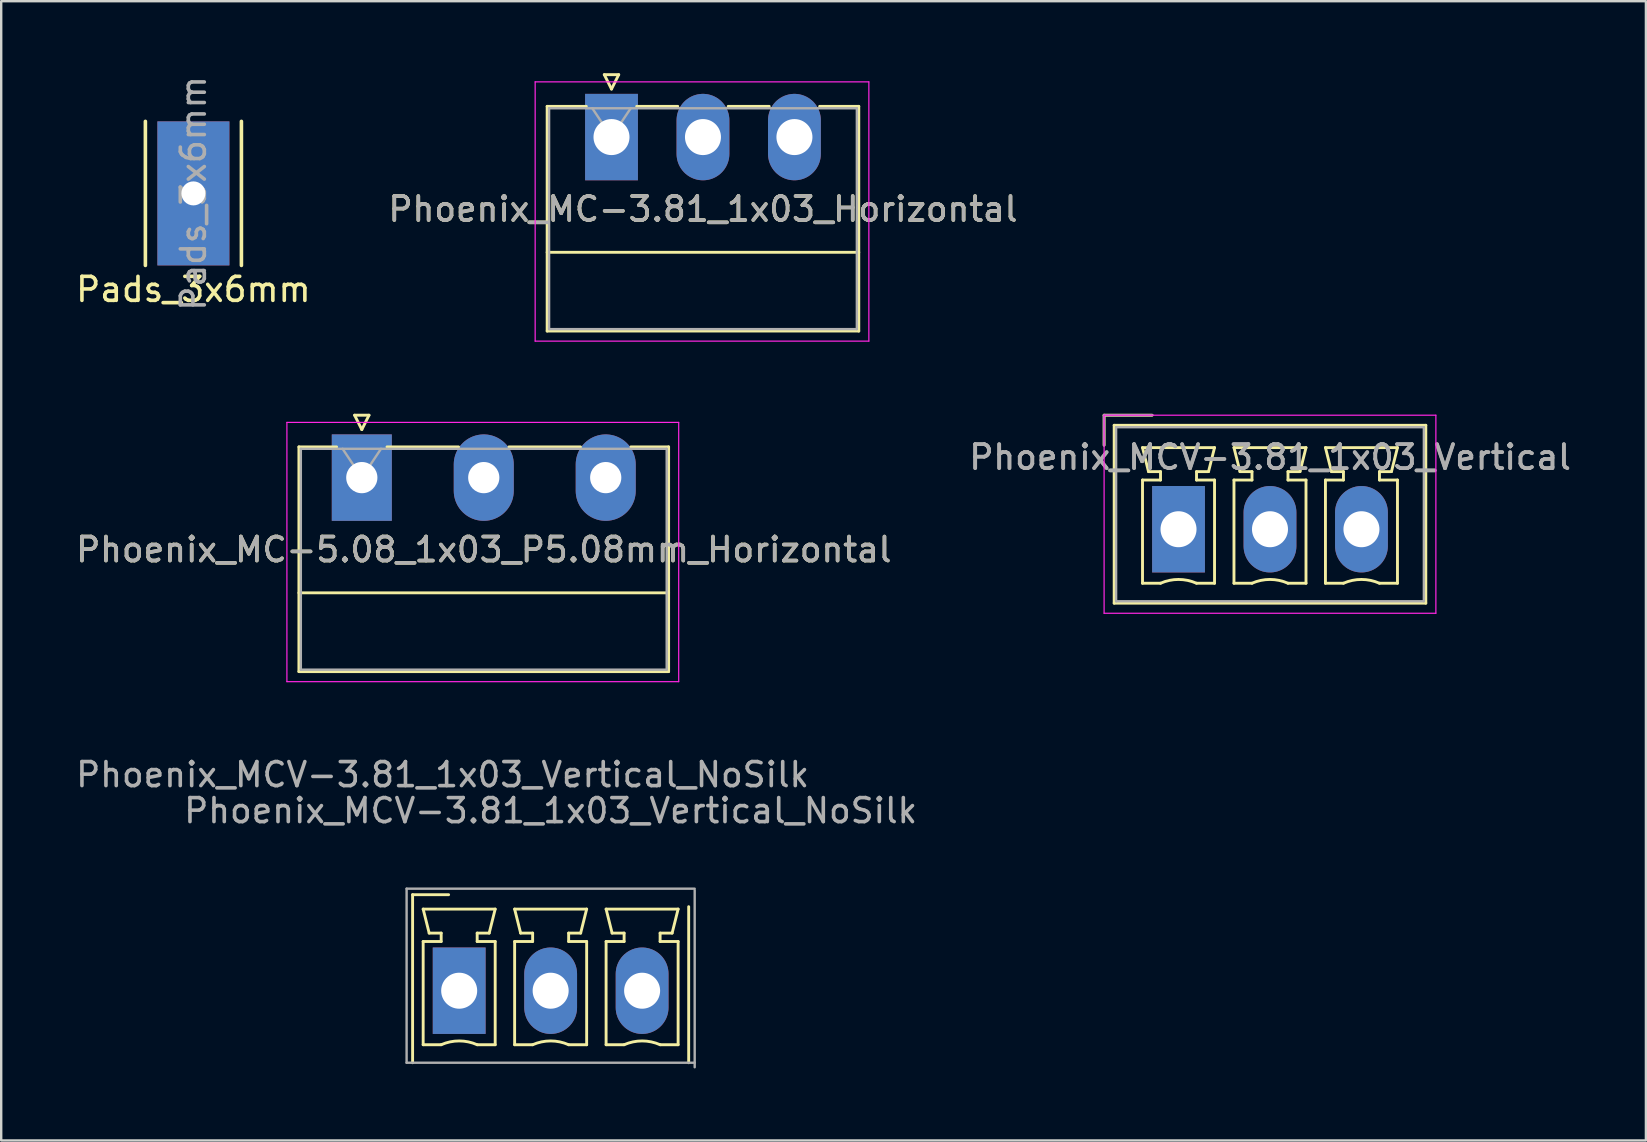
<source format=kicad_pcb>
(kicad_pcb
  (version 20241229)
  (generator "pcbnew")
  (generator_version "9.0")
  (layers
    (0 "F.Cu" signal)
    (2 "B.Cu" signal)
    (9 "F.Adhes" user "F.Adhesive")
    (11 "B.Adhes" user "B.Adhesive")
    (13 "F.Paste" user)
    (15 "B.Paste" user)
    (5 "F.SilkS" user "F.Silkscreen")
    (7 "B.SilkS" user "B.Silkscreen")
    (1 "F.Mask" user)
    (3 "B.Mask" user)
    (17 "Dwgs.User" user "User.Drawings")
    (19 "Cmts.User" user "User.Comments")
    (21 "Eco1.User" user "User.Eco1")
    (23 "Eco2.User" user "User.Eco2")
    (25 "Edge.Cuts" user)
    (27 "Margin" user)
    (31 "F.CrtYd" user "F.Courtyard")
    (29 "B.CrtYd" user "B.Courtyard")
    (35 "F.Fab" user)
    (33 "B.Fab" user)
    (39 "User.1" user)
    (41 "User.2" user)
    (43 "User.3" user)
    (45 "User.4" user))
  (footprint "Phoenix_MCV-3.81_1x03_Vertical_NoSilk"
    (layer "F.Cu")
    (at 19.887 38.218)
    (property "Reference" "Phoenix_MCV-3.81_1x03_Vertical_NoSilk" (at -4.5 -9 180) (layer "F.Fab") (effects (font (size 1 1) (thickness 0.15))))
    (attr through_hole)
    (fp_line (start -5.75 -4) (end -5.75 3) (stroke (width 0.12) (type solid)) (layer "F.SilkS"))
    (fp_line (start -5.75 -4) (end -4.25 -4) (stroke (width 0.12) (type default)) (layer "F.SilkS"))
    (fp_line (start -5.31 -3.4) (end -2.31 -3.4) (stroke (width 0.12) (type solid)) (layer "F.SilkS"))
    (fp_line (start -5.31 -2.05) (end -4.56 -2.05) (stroke (width 0.12) (type solid)) (layer "F.SilkS"))
    (fp_line (start -5.31 2.25) (end -5.31 -2.05) (stroke (width 0.12) (type solid)) (layer "F.SilkS"))
    (fp_line (start -5.06 -2.4) (end -5.31 -3.4) (stroke (width 0.12) (type solid)) (layer "F.SilkS"))
    (fp_line (start -4.56 -2.4) (end -5.06 -2.4) (stroke (width 0.12) (type solid)) (layer "F.SilkS"))
    (fp_line (start -4.56 -2.05) (end -4.56 -2.4) (stroke (width 0.12) (type solid)) (layer "F.SilkS"))
    (fp_line (start -4.56 2.25) (end -5.31 2.25) (stroke (width 0.12) (type solid)) (layer "F.SilkS"))
    (fp_line (start -3.06 -2.4) (end -3.06 -2.05) (stroke (width 0.12) (type solid)) (layer "F.SilkS"))
    (fp_line (start -3.06 -2.05) (end -2.31 -2.05) (stroke (width 0.12) (type solid)) (layer "F.SilkS"))
    (fp_line (start -2.56 -2.4) (end -3.06 -2.4) (stroke (width 0.12) (type solid)) (layer "F.SilkS"))
    (fp_line (start -2.31 -3.4) (end -2.56 -2.4) (stroke (width 0.12) (type solid)) (layer "F.SilkS"))
    (fp_line (start -2.31 -2.05) (end -2.31 2.25) (stroke (width 0.12) (type solid)) (layer "F.SilkS"))
    (fp_line (start -2.31 2.25) (end -3.06 2.25) (stroke (width 0.12) (type solid)) (layer "F.SilkS"))
    (fp_line (start -1.5 -3.4) (end 1.5 -3.4) (stroke (width 0.12) (type solid)) (layer "F.SilkS"))
    (fp_line (start -1.5 -2.05) (end -0.75 -2.05) (stroke (width 0.12) (type solid)) (layer "F.SilkS"))
    (fp_line (start -1.5 2.25) (end -1.5 -2.05) (stroke (width 0.12) (type solid)) (layer "F.SilkS"))
    (fp_line (start -1.25 -2.4) (end -1.5 -3.4) (stroke (width 0.12) (type solid)) (layer "F.SilkS"))
    (fp_line (start -0.75 -2.4) (end -1.25 -2.4) (stroke (width 0.12) (type solid)) (layer "F.SilkS"))
    (fp_line (start -0.75 -2.05) (end -0.75 -2.4) (stroke (width 0.12) (type solid)) (layer "F.SilkS"))
    (fp_line (start -0.75 2.25) (end -1.5 2.25) (stroke (width 0.12) (type solid)) (layer "F.SilkS"))
    (fp_line (start 0.75 -2.4) (end 0.75 -2.05) (stroke (width 0.12) (type solid)) (layer "F.SilkS"))
    (fp_line (start 0.75 -2.05) (end 1.5 -2.05) (stroke (width 0.12) (type solid)) (layer "F.SilkS"))
    (fp_line (start 1.25 -2.4) (end 0.75 -2.4) (stroke (width 0.12) (type solid)) (layer "F.SilkS"))
    (fp_line (start 1.5 -3.4) (end 1.25 -2.4) (stroke (width 0.12) (type solid)) (layer "F.SilkS"))
    (fp_line (start 1.5 -2.05) (end 1.5 2.25) (stroke (width 0.12) (type solid)) (layer "F.SilkS"))
    (fp_line (start 1.5 2.25) (end 0.75 2.25) (stroke (width 0.12) (type solid)) (layer "F.SilkS"))
    (fp_line (start 2.31 -3.4) (end 5.31 -3.4) (stroke (width 0.12) (type solid)) (layer "F.SilkS"))
    (fp_line (start 2.31 -2.05) (end 3.06 -2.05) (stroke (width 0.12) (type solid)) (layer "F.SilkS"))
    (fp_line (start 2.31 2.25) (end 2.31 -2.05) (stroke (width 0.12) (type solid)) (layer "F.SilkS"))
    (fp_line (start 2.56 -2.4) (end 2.31 -3.4) (stroke (width 0.12) (type solid)) (layer "F.SilkS"))
    (fp_line (start 3.06 -2.4) (end 2.56 -2.4) (stroke (width 0.12) (type solid)) (layer "F.SilkS"))
    (fp_line (start 3.06 -2.05) (end 3.06 -2.4) (stroke (width 0.12) (type solid)) (layer "F.SilkS"))
    (fp_line (start 3.06 2.25) (end 2.31 2.25) (stroke (width 0.12) (type solid)) (layer "F.SilkS"))
    (fp_line (start 4.56 -2.4) (end 4.56 -2.05) (stroke (width 0.12) (type solid)) (layer "F.SilkS"))
    (fp_line (start 4.56 -2.05) (end 5.31 -2.05) (stroke (width 0.12) (type solid)) (layer "F.SilkS"))
    (fp_line (start 5.06 -2.4) (end 4.56 -2.4) (stroke (width 0.12) (type solid)) (layer "F.SilkS"))
    (fp_line (start 5.31 -3.4) (end 5.06 -2.4) (stroke (width 0.12) (type solid)) (layer "F.SilkS"))
    (fp_line (start 5.31 -2.05) (end 5.31 2.25) (stroke (width 0.12) (type solid)) (layer "F.SilkS"))
    (fp_line (start 5.31 2.25) (end 4.56 2.25) (stroke (width 0.12) (type solid)) (layer "F.SilkS"))
    (fp_line (start 5.75 3) (end 5.75 -3.5) (stroke (width 0.12) (type solid)) (layer "F.SilkS"))
    (fp_arc (start -4.56 2.25) (mid -3.810193 2.09191) (end -3.060353 2.249844) (stroke (width 0.12) (type solid)) (layer "F.SilkS"))
    (fp_arc (start -0.75 2.25) (mid -0.000193 2.09191) (end 0.749647 2.249844) (stroke (width 0.12) (type solid)) (layer "F.SilkS"))
    (fp_arc (start 3.06 2.25) (mid 3.809807 2.09191) (end 4.559647 2.249844) (stroke (width 0.12) (type solid)) (layer "F.SilkS"))
    (fp_line (start -6 -4.25) (end -6 3) (stroke (width 0.1) (type solid)) (layer "F.Fab"))
    (fp_line (start -6 3) (end 6 3) (stroke (width 0.1) (type solid)) (layer "F.Fab"))
    (fp_line (start 6 -4.25) (end -6 -4.25) (stroke (width 0.1) (type solid)) (layer "F.Fab"))
    (fp_line (start 6 3.188) (end 6 -4.188) (stroke (width 0.1) (type solid)) (layer "F.Fab"))
    (fp_text user "${REFERENCE}" (at 0 -7.5 180) (layer "F.Fab") (effects (font (size 1 1) (thickness 0.15))))
    (pad "1" thru_hole rect (at -3.81 0) (size 2.2 3.6) (drill 1.5) (layers "*.Cu" "*.Mask"))
    (pad "2" thru_hole oval (at 0 0) (size 2.2 3.6) (drill 1.5) (layers "*.Cu" "*.Mask"))
    (pad "3" thru_hole oval (at 3.81 0) (size 2.2 3.6) (drill 1.5) (layers "*.Cu" "*.Mask")))
  (footprint "Phoenix_MCV-3.81_1x03_Vertical"
    (layer "F.Cu")
    (at 46.041 18.995)
    (property "Reference" "Phoenix_MCV-3.81_1x03_Vertical" (at 3.82 -3 0) (layer "F.Fab") (effects (font (size 1 1) (thickness 0.15))))
    (attr through_hole)
    (fp_line (start -3.1 -4.75) (end -1.1 -4.75) (stroke (width 0.12) (type solid)) (layer "F.SilkS"))
    (fp_line (start -3.1 -3.5) (end -3.1 -4.75) (stroke (width 0.12) (type solid)) (layer "F.SilkS"))
    (fp_line (start -2.68 -4.33) (end -2.68 3.08) (stroke (width 0.12) (type solid)) (layer "F.SilkS"))
    (fp_line (start -2.68 3.08) (end 10.3 3.08) (stroke (width 0.12) (type solid)) (layer "F.SilkS"))
    (fp_line (start -1.5 -3.4) (end 1.5 -3.4) (stroke (width 0.12) (type solid)) (layer "F.SilkS"))
    (fp_line (start -1.5 -2.05) (end -0.75 -2.05) (stroke (width 0.12) (type solid)) (layer "F.SilkS"))
    (fp_line (start -1.5 2.25) (end -1.5 -2.05) (stroke (width 0.12) (type solid)) (layer "F.SilkS"))
    (fp_line (start -1.25 -2.4) (end -1.5 -3.4) (stroke (width 0.12) (type solid)) (layer "F.SilkS"))
    (fp_line (start -0.75 -2.4) (end -1.25 -2.4) (stroke (width 0.12) (type solid)) (layer "F.SilkS"))
    (fp_line (start -0.75 -2.05) (end -0.75 -2.4) (stroke (width 0.12) (type solid)) (layer "F.SilkS"))
    (fp_line (start -0.75 2.25) (end -1.5 2.25) (stroke (width 0.12) (type solid)) (layer "F.SilkS"))
    (fp_line (start 0.75 -2.4) (end 0.75 -2.05) (stroke (width 0.12) (type solid)) (layer "F.SilkS"))
    (fp_line (start 0.75 -2.05) (end 1.5 -2.05) (stroke (width 0.12) (type solid)) (layer "F.SilkS"))
    (fp_line (start 1.25 -2.4) (end 0.75 -2.4) (stroke (width 0.12) (type solid)) (layer "F.SilkS"))
    (fp_line (start 1.5 -3.4) (end 1.25 -2.4) (stroke (width 0.12) (type solid)) (layer "F.SilkS"))
    (fp_line (start 1.5 -2.05) (end 1.5 2.25) (stroke (width 0.12) (type solid)) (layer "F.SilkS"))
    (fp_line (start 1.5 2.25) (end 0.75 2.25) (stroke (width 0.12) (type solid)) (layer "F.SilkS"))
    (fp_line (start 2.31 -3.4) (end 5.31 -3.4) (stroke (width 0.12) (type solid)) (layer "F.SilkS"))
    (fp_line (start 2.31 -2.05) (end 3.06 -2.05) (stroke (width 0.12) (type solid)) (layer "F.SilkS"))
    (fp_line (start 2.31 2.25) (end 2.31 -2.05) (stroke (width 0.12) (type solid)) (layer "F.SilkS"))
    (fp_line (start 2.56 -2.4) (end 2.31 -3.4) (stroke (width 0.12) (type solid)) (layer "F.SilkS"))
    (fp_line (start 3.06 -2.4) (end 2.56 -2.4) (stroke (width 0.12) (type solid)) (layer "F.SilkS"))
    (fp_line (start 3.06 -2.05) (end 3.06 -2.4) (stroke (width 0.12) (type solid)) (layer "F.SilkS"))
    (fp_line (start 3.06 2.25) (end 2.31 2.25) (stroke (width 0.12) (type solid)) (layer "F.SilkS"))
    (fp_line (start 4.56 -2.4) (end 4.56 -2.05) (stroke (width 0.12) (type solid)) (layer "F.SilkS"))
    (fp_line (start 4.56 -2.05) (end 5.31 -2.05) (stroke (width 0.12) (type solid)) (layer "F.SilkS"))
    (fp_line (start 5.06 -2.4) (end 4.56 -2.4) (stroke (width 0.12) (type solid)) (layer "F.SilkS"))
    (fp_line (start 5.31 -3.4) (end 5.06 -2.4) (stroke (width 0.12) (type solid)) (layer "F.SilkS"))
    (fp_line (start 5.31 -2.05) (end 5.31 2.25) (stroke (width 0.12) (type solid)) (layer "F.SilkS"))
    (fp_line (start 5.31 2.25) (end 4.56 2.25) (stroke (width 0.12) (type solid)) (layer "F.SilkS"))
    (fp_line (start 6.12 -3.4) (end 9.12 -3.4) (stroke (width 0.12) (type solid)) (layer "F.SilkS"))
    (fp_line (start 6.12 -2.05) (end 6.87 -2.05) (stroke (width 0.12) (type solid)) (layer "F.SilkS"))
    (fp_line (start 6.12 2.25) (end 6.12 -2.05) (stroke (width 0.12) (type solid)) (layer "F.SilkS"))
    (fp_line (start 6.37 -2.4) (end 6.12 -3.4) (stroke (width 0.12) (type solid)) (layer "F.SilkS"))
    (fp_line (start 6.87 -2.4) (end 6.37 -2.4) (stroke (width 0.12) (type solid)) (layer "F.SilkS"))
    (fp_line (start 6.87 -2.05) (end 6.87 -2.4) (stroke (width 0.12) (type solid)) (layer "F.SilkS"))
    (fp_line (start 6.87 2.25) (end 6.12 2.25) (stroke (width 0.12) (type solid)) (layer "F.SilkS"))
    (fp_line (start 8.37 -2.4) (end 8.37 -2.05) (stroke (width 0.12) (type solid)) (layer "F.SilkS"))
    (fp_line (start 8.37 -2.05) (end 9.12 -2.05) (stroke (width 0.12) (type solid)) (layer "F.SilkS"))
    (fp_line (start 8.87 -2.4) (end 8.37 -2.4) (stroke (width 0.12) (type solid)) (layer "F.SilkS"))
    (fp_line (start 9.12 -3.4) (end 8.87 -2.4) (stroke (width 0.12) (type solid)) (layer "F.SilkS"))
    (fp_line (start 9.12 -2.05) (end 9.12 2.25) (stroke (width 0.12) (type solid)) (layer "F.SilkS"))
    (fp_line (start 9.12 2.25) (end 8.37 2.25) (stroke (width 0.12) (type solid)) (layer "F.SilkS"))
    (fp_line (start 10.3 -4.33) (end -2.68 -4.33) (stroke (width 0.12) (type solid)) (layer "F.SilkS"))
    (fp_line (start 10.3 3.08) (end 10.3 -4.33) (stroke (width 0.12) (type solid)) (layer "F.SilkS"))
    (fp_arc (start -0.75 2.25) (mid -0.000193 2.09191) (end 0.749647 2.249844) (stroke (width 0.12) (type solid)) (layer "F.SilkS"))
    (fp_arc (start 3.06 2.25) (mid 3.809807 2.09191) (end 4.559647 2.249844) (stroke (width 0.12) (type solid)) (layer "F.SilkS"))
    (fp_arc (start 6.87 2.25) (mid 7.619807 2.09191) (end 8.369647 2.249844) (stroke (width 0.12) (type solid)) (layer "F.SilkS"))
    (fp_line (start -3.1 -4.75) (end -3.1 3.5) (stroke (width 0.05) (type solid)) (layer "F.CrtYd"))
    (fp_line (start -3.1 3.5) (end 10.72 3.5) (stroke (width 0.05) (type solid)) (layer "F.CrtYd"))
    (fp_line (start 10.72 -4.75) (end -3.1 -4.75) (stroke (width 0.05) (type solid)) (layer "F.CrtYd"))
    (fp_line (start 10.72 3.5) (end 10.72 -4.75) (stroke (width 0.05) (type solid)) (layer "F.CrtYd"))
    (fp_line (start -3.1 -4.75) (end -1.1 -4.75) (stroke (width 0.1) (type solid)) (layer "F.Fab"))
    (fp_line (start -3.1 -3.5) (end -3.1 -4.75) (stroke (width 0.1) (type solid)) (layer "F.Fab"))
    (fp_line (start -2.6 -4.25) (end -2.6 3) (stroke (width 0.1) (type solid)) (layer "F.Fab"))
    (fp_line (start -2.6 3) (end 10.22 3) (stroke (width 0.1) (type solid)) (layer "F.Fab"))
    (fp_line (start 10.22 -4.25) (end -2.6 -4.25) (stroke (width 0.1) (type solid)) (layer "F.Fab"))
    (fp_line (start 10.22 3) (end 10.22 -4.25) (stroke (width 0.1) (type solid)) (layer "F.Fab"))
    (fp_text user "${REFERENCE}" (at 3.81 -3 0) (layer "F.Fab") (effects (font (size 1 1) (thickness 0.15))))
    (pad "1" thru_hole rect (at 0 0) (size 2.2 3.6) (drill 1.5) (layers "*.Cu" "*.Mask"))
    (pad "2" thru_hole oval (at 3.81 0) (size 2.2 3.6) (drill 1.5) (layers "*.Cu" "*.Mask"))
    (pad "3" thru_hole oval (at 7.62 0) (size 2.2 3.6) (drill 1.5) (layers "*.Cu" "*.Mask")))
  (footprint "Phoenix_MC-3.81_1x03_Horizontal"
    (layer "F.Cu")
    (at 22.422 2.66)
    (property "Reference" "Phoenix_MC-3.81_1x03_Horizontal" (at 3.81 3 0) (layer "F.SilkS") (effects (font (size 1 1) (thickness 0.15))))
    (attr through_hole)
    (fp_line (start -2.68 -1.28) (end -2.68 8.08) (stroke (width 0.12) (type solid)) (layer "F.SilkS"))
    (fp_line (start -2.68 -1.28) (end -1.05 -1.28) (stroke (width 0.12) (type solid)) (layer "F.SilkS"))
    (fp_line (start -2.68 4.8) (end 10.3 4.8) (stroke (width 0.12) (type solid)) (layer "F.SilkS"))
    (fp_line (start -2.68 8.08) (end 10.3 8.08) (stroke (width 0.12) (type solid)) (layer "F.SilkS"))
    (fp_line (start -0.3 -2.6) (end 0.3 -2.6) (stroke (width 0.12) (type solid)) (layer "F.SilkS"))
    (fp_line (start 0 -2) (end -0.3 -2.6) (stroke (width 0.12) (type solid)) (layer "F.SilkS"))
    (fp_line (start 0.3 -2.6) (end 0 -2) (stroke (width 0.12) (type solid)) (layer "F.SilkS"))
    (fp_line (start 1.05 -1.28) (end 2.76 -1.28) (stroke (width 0.12) (type solid)) (layer "F.SilkS"))
    (fp_line (start 4.86 -1.28) (end 6.57 -1.28) (stroke (width 0.12) (type solid)) (layer "F.SilkS"))
    (fp_line (start 10.3 -1.28) (end 8.67 -1.28) (stroke (width 0.12) (type solid)) (layer "F.SilkS"))
    (fp_line (start 10.3 8.08) (end 10.3 -1.28) (stroke (width 0.12) (type solid)) (layer "F.SilkS"))
    (fp_line (start -3.18 -2.3) (end -3.18 8.5) (stroke (width 0.05) (type solid)) (layer "F.CrtYd"))
    (fp_line (start -3.18 8.5) (end 10.72 8.5) (stroke (width 0.05) (type solid)) (layer "F.CrtYd"))
    (fp_line (start 10.72 -2.3) (end -3.18 -2.3) (stroke (width 0.05) (type solid)) (layer "F.CrtYd"))
    (fp_line (start 10.72 8.5) (end 10.72 -2.3) (stroke (width 0.05) (type solid)) (layer "F.CrtYd"))
    (fp_line (start -2.6 -1.2) (end -2.6 8) (stroke (width 0.1) (type solid)) (layer "F.Fab"))
    (fp_line (start -2.6 8) (end 10.22 8) (stroke (width 0.1) (type solid)) (layer "F.Fab"))
    (fp_line (start 0 0) (end -0.8 -1.2) (stroke (width 0.1) (type solid)) (layer "F.Fab"))
    (fp_line (start 0.8 -1.2) (end 0 0) (stroke (width 0.1) (type solid)) (layer "F.Fab"))
    (fp_line (start 10.22 -1.2) (end -2.6 -1.2) (stroke (width 0.1) (type solid)) (layer "F.Fab"))
    (fp_line (start 10.22 8) (end 10.22 -1.2) (stroke (width 0.1) (type solid)) (layer "F.Fab"))
    (fp_text user "${REFERENCE}" (at 3.81 3 0) (layer "F.Fab") (effects (font (size 1 1) (thickness 0.15))))
    (pad "1" thru_hole rect (at 0 0) (size 2.2 3.6) (drill 1.5) (layers "*.Cu" "*.Mask"))
    (pad "2" thru_hole oval (at 3.81 0) (size 2.2 3.6) (drill 1.5) (layers "*.Cu" "*.Mask"))
    (pad "3" thru_hole oval (at 7.62 0) (size 2.2 3.6) (drill 1.5) (layers "*.Cu" "*.Mask")))
  (footprint "Pads_3x6mm"
    (layer "F.Cu")
    (at 5.006 5.006)
    (property "Reference" "Pads_3x6mm" (at 0 4 0) (layer "F.SilkS") (effects (font (size 1 1) (thickness 0.15))))
    (attr through_hole)
    (fp_line (start -2 -3) (end -2 3) (stroke (width 0.15) (type solid)) (layer "F.SilkS"))
    (fp_line (start 2 -3) (end 2 3) (stroke (width 0.15) (type solid)) (layer "F.SilkS"))
    (fp_text user "${REFERENCE}" (at 0 0 90) (layer "F.Fab") (effects (font (size 1 1) (thickness 0.15))))
    (pad "1" thru_hole rect (at 0 0) (size 3 6) (drill 1) (layers "*.Cu" "*.Mask")))
  (footprint "Phoenix_MC-5.08_1x03_P5.08mm_Horizontal"
    (layer "F.Cu")
    (at 12.021 16.845)
    (property "Reference" "Phoenix_MC-5.08_1x03_P5.08mm_Horizontal" (at 5.08 3 0) (layer "F.SilkS") (effects (font (size 1 1) (thickness 0.15))))
    (attr through_hole)
    (fp_line (start -2.62 -1.28) (end -2.62 8.08) (stroke (width 0.12) (type solid)) (layer "F.SilkS"))
    (fp_line (start -2.62 -1.28) (end -1.05 -1.28) (stroke (width 0.12) (type solid)) (layer "F.SilkS"))
    (fp_line (start -2.62 4.8) (end 12.78 4.8) (stroke (width 0.12) (type solid)) (layer "F.SilkS"))
    (fp_line (start -2.62 8.08) (end 12.78 8.08) (stroke (width 0.12) (type solid)) (layer "F.SilkS"))
    (fp_line (start -0.3 -2.6) (end 0.3 -2.6) (stroke (width 0.12) (type solid)) (layer "F.SilkS"))
    (fp_line (start 0 -2) (end -0.3 -2.6) (stroke (width 0.12) (type solid)) (layer "F.SilkS"))
    (fp_line (start 0.3 -2.6) (end 0 -2) (stroke (width 0.12) (type solid)) (layer "F.SilkS"))
    (fp_line (start 1.05 -1.28) (end 4.03 -1.28) (stroke (width 0.12) (type solid)) (layer "F.SilkS"))
    (fp_line (start 6.13 -1.28) (end 9.11 -1.28) (stroke (width 0.12) (type solid)) (layer "F.SilkS"))
    (fp_line (start 12.78 -1.28) (end 11.21 -1.28) (stroke (width 0.12) (type solid)) (layer "F.SilkS"))
    (fp_line (start 12.78 8.08) (end 12.78 -1.28) (stroke (width 0.12) (type solid)) (layer "F.SilkS"))
    (fp_line (start -3.12 -2.3) (end -3.12 8.5) (stroke (width 0.05) (type solid)) (layer "F.CrtYd"))
    (fp_line (start -3.12 8.5) (end 13.2 8.5) (stroke (width 0.05) (type solid)) (layer "F.CrtYd"))
    (fp_line (start 13.2 -2.3) (end -3.12 -2.3) (stroke (width 0.05) (type solid)) (layer "F.CrtYd"))
    (fp_line (start 13.2 8.5) (end 13.2 -2.3) (stroke (width 0.05) (type solid)) (layer "F.CrtYd"))
    (fp_line (start -2.54 -1.2) (end -2.54 8) (stroke (width 0.1) (type solid)) (layer "F.Fab"))
    (fp_line (start -2.54 8) (end 12.7 8) (stroke (width 0.1) (type solid)) (layer "F.Fab"))
    (fp_line (start 0 0) (end -0.8 -1.2) (stroke (width 0.1) (type solid)) (layer "F.Fab"))
    (fp_line (start 0.8 -1.2) (end 0 0) (stroke (width 0.1) (type solid)) (layer "F.Fab"))
    (fp_line (start 12.7 -1.2) (end -2.54 -1.2) (stroke (width 0.1) (type solid)) (layer "F.Fab"))
    (fp_line (start 12.7 8) (end 12.7 -1.2) (stroke (width 0.1) (type solid)) (layer "F.Fab"))
    (fp_text user "${REFERENCE}" (at 5.08 3 0) (layer "F.Fab") (effects (font (size 1 1) (thickness 0.15))))
    (pad "1" thru_hole rect (at 0 0) (size 2.5 3.6) (drill 1.3) (layers "*.Cu" "*.Mask"))
    (pad "2" thru_hole oval (at 5.08 0) (size 2.5 3.6) (drill 1.3) (layers "*.Cu" "*.Mask"))
    (pad "3" thru_hole oval (at 10.16 0) (size 2.5 3.6) (drill 1.3) (layers "*.Cu" "*.Mask")))
  (gr_rect
    (start -3 -3)
    (end 65.51 44.456)
    (stroke (width 0.1) (type default))
    (fill no)
    (layer "Edge.Cuts")))
</source>
